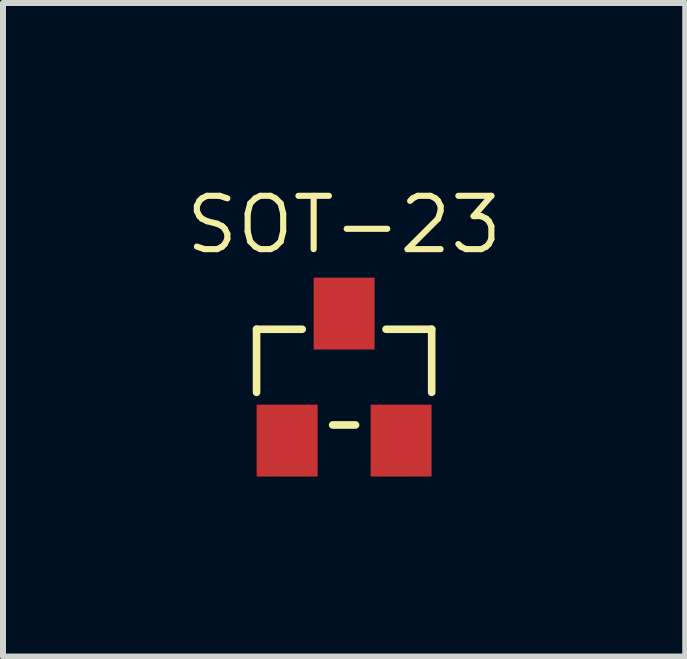
<source format=kicad_pcb>
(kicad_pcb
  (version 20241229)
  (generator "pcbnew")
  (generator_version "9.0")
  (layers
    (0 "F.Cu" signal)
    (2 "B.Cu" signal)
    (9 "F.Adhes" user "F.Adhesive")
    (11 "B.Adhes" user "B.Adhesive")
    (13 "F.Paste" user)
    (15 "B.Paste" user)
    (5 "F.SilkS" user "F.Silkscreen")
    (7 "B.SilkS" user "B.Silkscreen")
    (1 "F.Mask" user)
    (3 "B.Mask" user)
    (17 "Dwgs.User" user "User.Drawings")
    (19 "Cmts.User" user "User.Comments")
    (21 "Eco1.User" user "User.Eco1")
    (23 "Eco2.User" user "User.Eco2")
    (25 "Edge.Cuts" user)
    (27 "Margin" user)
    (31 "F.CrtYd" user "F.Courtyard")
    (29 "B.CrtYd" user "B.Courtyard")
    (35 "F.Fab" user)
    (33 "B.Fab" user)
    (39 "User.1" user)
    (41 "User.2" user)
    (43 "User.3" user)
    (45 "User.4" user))
  (footprint "SOT-23"
    (layer "F.Cu")
    (at 2.688 3.238)
    (property "Reference" "SOT-23" (at 0 -2.54 0) (layer "F.SilkS") (effects (font (size 0.889 0.889) (thickness 0.102))))
    (attr smd)
    (fp_line (start -1.46 -0.798) (end -1.46 0.254) (stroke (width 0.127) (type solid)) (layer "F.SilkS"))
    (fp_line (start -0.699 -0.798) (end -1.46 -0.798) (stroke (width 0.127) (type solid)) (layer "F.SilkS"))
    (fp_line (start -0.191 0.798) (end 0.191 0.798) (stroke (width 0.127) (type solid)) (layer "F.SilkS"))
    (fp_line (start 1.46 -0.798) (end 0.699 -0.798) (stroke (width 0.127) (type solid)) (layer "F.SilkS"))
    (fp_line (start 1.46 0.254) (end 1.46 -0.798) (stroke (width 0.127) (type solid)) (layer "F.SilkS"))
    (pad "1" smd rect (at -0.95 1.059 180) (size 1.016 1.199) (layers "F.Cu" "F.Mask" "F.Paste"))
    (pad "2" smd rect (at 0.95 1.059) (size 1.016 1.199) (layers "F.Cu" "F.Mask" "F.Paste"))
    (pad "3" smd rect (at 0 -1.059) (size 1.016 1.199) (layers "F.Cu" "F.Mask" "F.Paste")))
  (gr_rect
    (start -3 -3)
    (end 8.376 7.897)
    (stroke (width 0.1) (type default))
    (fill no)
    (layer "Edge.Cuts")))
</source>
